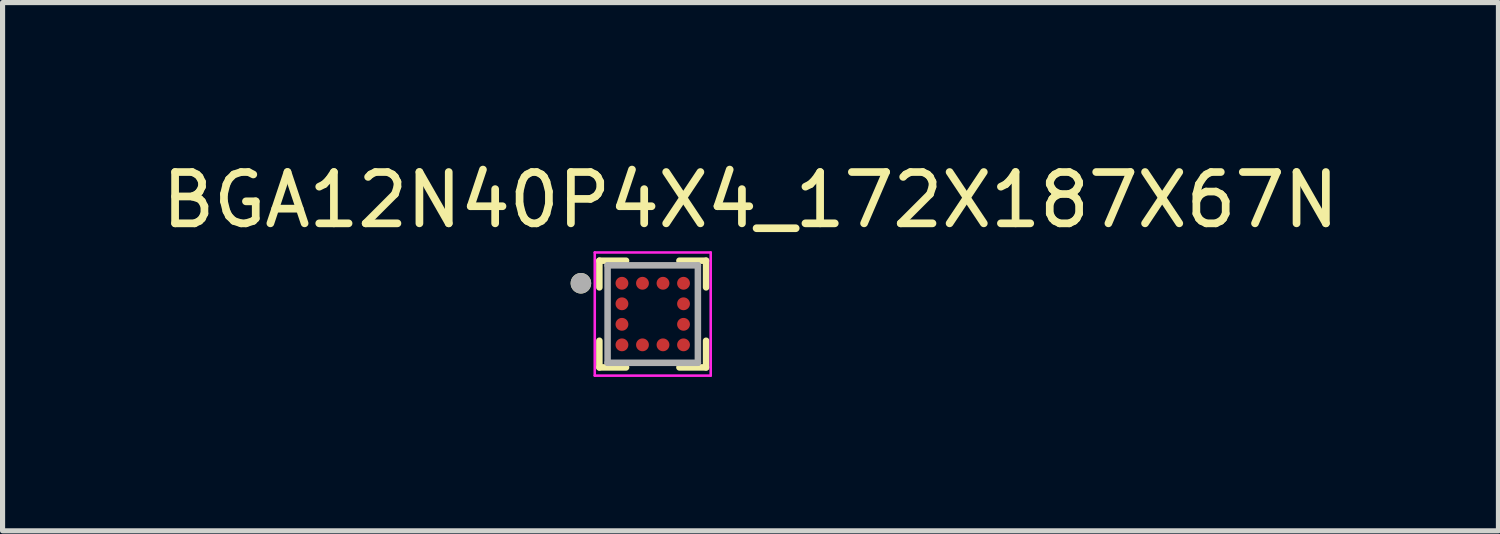
<source format=kicad_pcb>
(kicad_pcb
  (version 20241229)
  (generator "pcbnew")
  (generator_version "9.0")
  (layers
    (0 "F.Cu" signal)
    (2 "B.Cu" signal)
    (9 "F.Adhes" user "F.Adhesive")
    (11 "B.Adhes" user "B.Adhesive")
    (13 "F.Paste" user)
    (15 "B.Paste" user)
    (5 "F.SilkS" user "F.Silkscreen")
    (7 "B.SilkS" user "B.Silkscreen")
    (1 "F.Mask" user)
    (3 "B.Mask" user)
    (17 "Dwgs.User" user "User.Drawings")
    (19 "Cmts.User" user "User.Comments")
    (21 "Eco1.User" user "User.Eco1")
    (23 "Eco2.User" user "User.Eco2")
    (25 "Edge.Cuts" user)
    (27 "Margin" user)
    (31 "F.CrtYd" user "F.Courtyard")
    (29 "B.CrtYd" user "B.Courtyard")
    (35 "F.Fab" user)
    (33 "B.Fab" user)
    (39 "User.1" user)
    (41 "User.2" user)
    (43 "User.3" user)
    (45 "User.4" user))
  (footprint "BGA12N40P4X4_172X187X67N"
    (layer "F.Cu")
    (at 9.672 3.071)
    (property "Reference" "BGA12N40P4X4_172X187X67N" (at 1.905 -2.223 0) (layer "F.SilkS") (effects (font (size 1 1) (thickness 0.15))))
    (attr through_hole)
    (fp_line (start -1.04 -1.04) (end -1.04 -0.52) (stroke (width 0.127) (type solid)) (layer "F.SilkS"))
    (fp_line (start -1.04 1.04) (end -1.04 0.52) (stroke (width 0.127) (type solid)) (layer "F.SilkS"))
    (fp_line (start -0.52 -1.04) (end -1.04 -1.04) (stroke (width 0.127) (type solid)) (layer "F.SilkS"))
    (fp_line (start -0.52 1.04) (end -1.04 1.04) (stroke (width 0.127) (type solid)) (layer "F.SilkS"))
    (fp_line (start 1.04 -1.04) (end 0.52 -1.04) (stroke (width 0.127) (type solid)) (layer "F.SilkS"))
    (fp_line (start 1.04 -1.04) (end 1.04 -0.52) (stroke (width 0.127) (type solid)) (layer "F.SilkS"))
    (fp_line (start 1.04 1.04) (end 0.52 1.04) (stroke (width 0.127) (type solid)) (layer "F.SilkS"))
    (fp_line (start 1.04 1.04) (end 1.04 0.52) (stroke (width 0.127) (type solid)) (layer "F.SilkS"))
    (fp_circle (center -1.4 -0.6) (end -1.3 -0.6) (stroke (width 0.2) (type solid)) (fill no) (layer "F.SilkS"))
    (fp_line (start -1.13 -1.2) (end -1.13 1.2) (stroke (width 0.05) (type solid)) (layer "F.CrtYd"))
    (fp_line (start -1.13 -1.2) (end 1.13 -1.2) (stroke (width 0.05) (type solid)) (layer "F.CrtYd"))
    (fp_line (start -1.13 1.2) (end 1.13 1.2) (stroke (width 0.05) (type solid)) (layer "F.CrtYd"))
    (fp_line (start 1.13 -1.2) (end 1.13 1.2) (stroke (width 0.05) (type solid)) (layer "F.CrtYd"))
    (fp_line (start -0.88 -0.95) (end -0.88 0.95) (stroke (width 0.127) (type solid)) (layer "F.Fab"))
    (fp_line (start -0.88 0.95) (end 0.88 0.95) (stroke (width 0.127) (type solid)) (layer "F.Fab"))
    (fp_line (start 0.88 -0.95) (end -0.88 -0.95) (stroke (width 0.127) (type solid)) (layer "F.Fab"))
    (fp_line (start 0.88 0.95) (end 0.88 -0.95) (stroke (width 0.127) (type solid)) (layer "F.Fab"))
    (fp_circle (center -1.4 -0.6) (end -1.3 -0.6) (stroke (width 0.2) (type solid)) (fill no) (layer "F.Fab"))
    (pad "A1" smd circle (at -0.6 -0.6) (size 0.25 0.25) (layers "F.Cu" "F.Mask" "F.Paste"))
    (pad "A2" smd circle (at -0.2 -0.6) (size 0.25 0.25) (layers "F.Cu" "F.Mask" "F.Paste"))
    (pad "A3" smd circle (at 0.2 -0.6) (size 0.25 0.25) (layers "F.Cu" "F.Mask" "F.Paste"))
    (pad "A4" smd circle (at 0.6 -0.6) (size 0.25 0.25) (layers "F.Cu" "F.Mask" "F.Paste"))
    (pad "B1" smd circle (at -0.6 -0.2) (size 0.25 0.25) (layers "F.Cu" "F.Mask" "F.Paste"))
    (pad "B4" smd circle (at 0.6 -0.2) (size 0.25 0.25) (layers "F.Cu" "F.Mask" "F.Paste"))
    (pad "C1" smd circle (at -0.6 0.2) (size 0.25 0.25) (layers "F.Cu" "F.Mask" "F.Paste"))
    (pad "C4" smd circle (at 0.6 0.2) (size 0.25 0.25) (layers "F.Cu" "F.Mask" "F.Paste"))
    (pad "D1" smd circle (at -0.6 0.6) (size 0.25 0.25) (layers "F.Cu" "F.Mask" "F.Paste"))
    (pad "D2" smd circle (at -0.2 0.6) (size 0.25 0.25) (layers "F.Cu" "F.Mask" "F.Paste"))
    (pad "D3" smd circle (at 0.2 0.6) (size 0.25 0.25) (layers "F.Cu" "F.Mask" "F.Paste"))
    (pad "D4" smd circle (at 0.6 0.6) (size 0.25 0.25) (layers "F.Cu" "F.Mask" "F.Paste")))
  (gr_rect
    (start -3 -3)
    (end 26.155 7.296)
    (stroke (width 0.1) (type default))
    (fill no)
    (layer "Edge.Cuts")))
</source>
